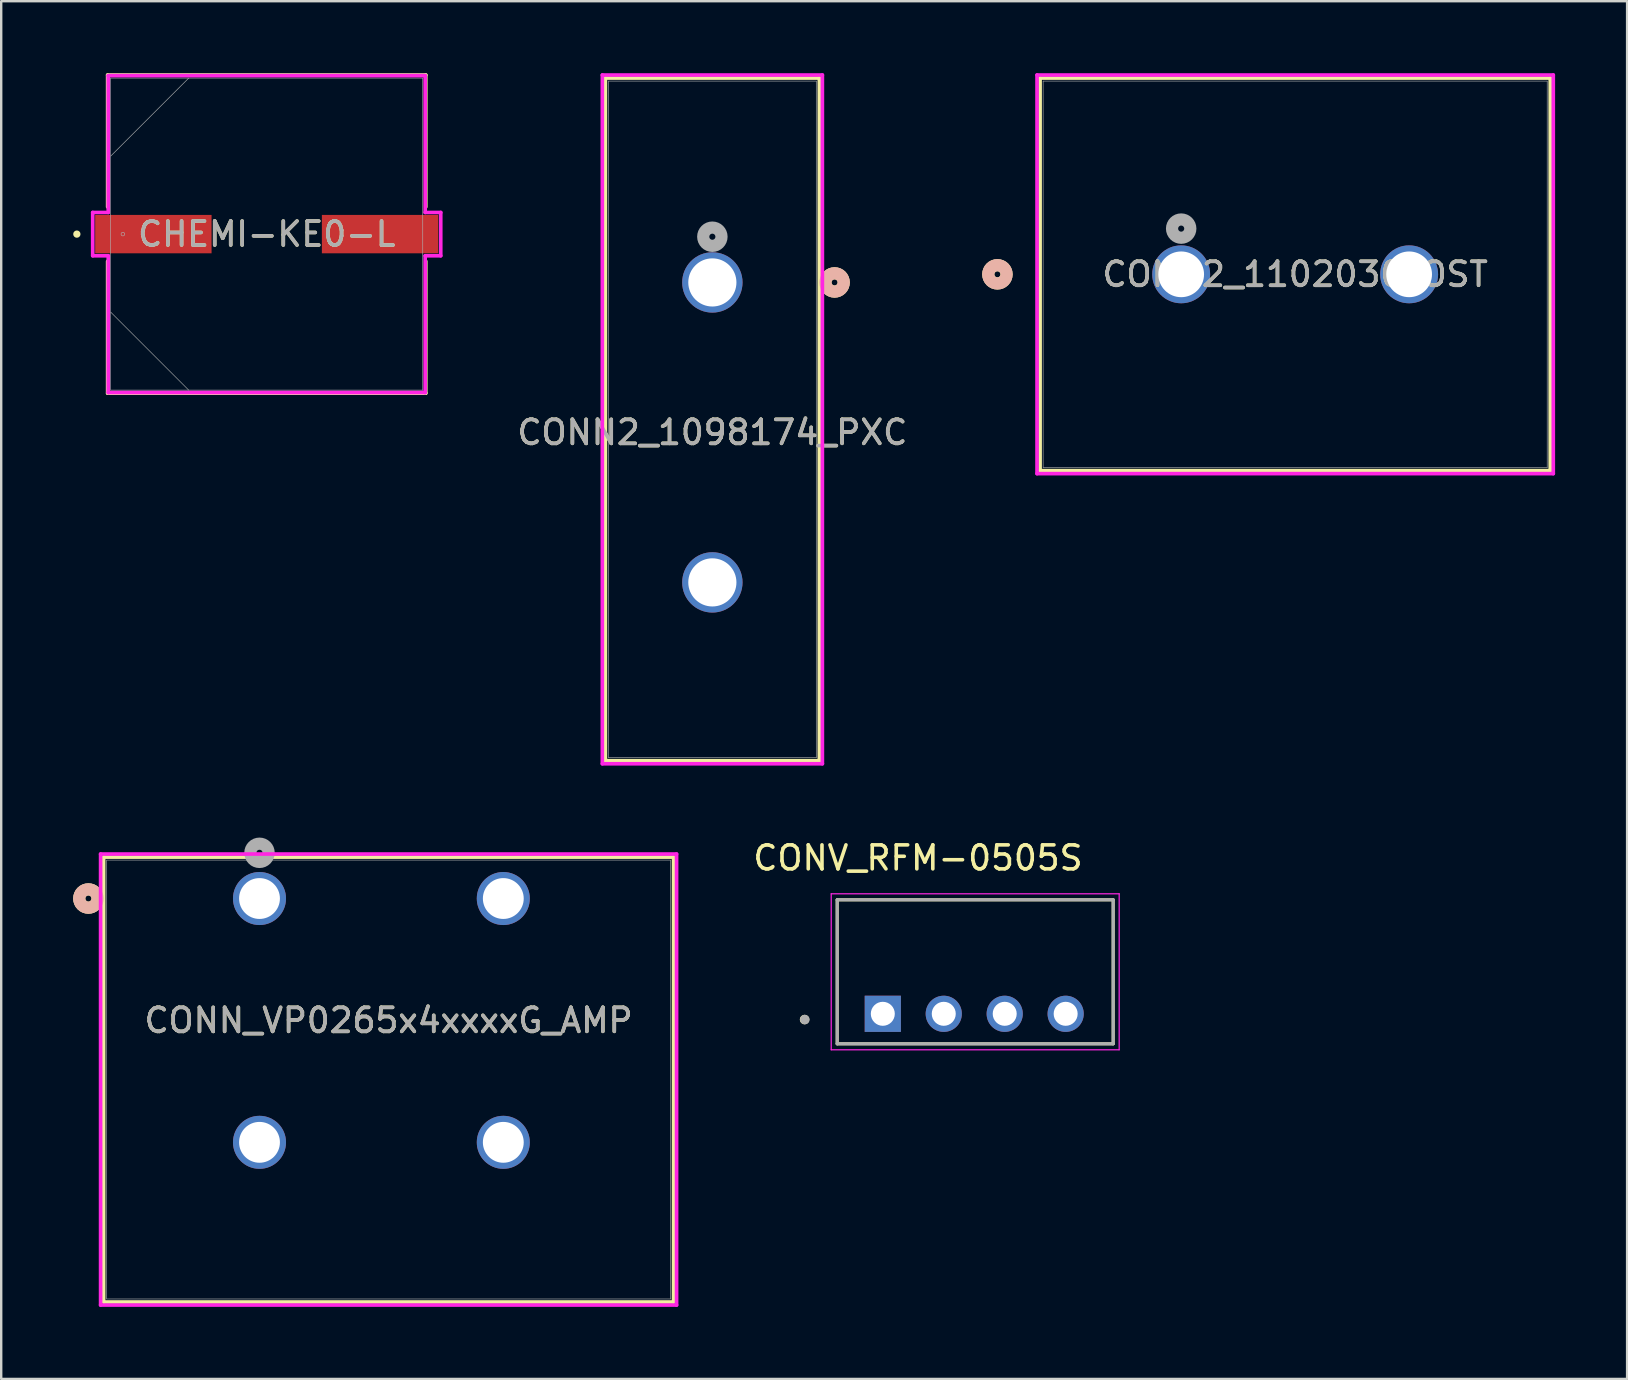
<source format=kicad_pcb>
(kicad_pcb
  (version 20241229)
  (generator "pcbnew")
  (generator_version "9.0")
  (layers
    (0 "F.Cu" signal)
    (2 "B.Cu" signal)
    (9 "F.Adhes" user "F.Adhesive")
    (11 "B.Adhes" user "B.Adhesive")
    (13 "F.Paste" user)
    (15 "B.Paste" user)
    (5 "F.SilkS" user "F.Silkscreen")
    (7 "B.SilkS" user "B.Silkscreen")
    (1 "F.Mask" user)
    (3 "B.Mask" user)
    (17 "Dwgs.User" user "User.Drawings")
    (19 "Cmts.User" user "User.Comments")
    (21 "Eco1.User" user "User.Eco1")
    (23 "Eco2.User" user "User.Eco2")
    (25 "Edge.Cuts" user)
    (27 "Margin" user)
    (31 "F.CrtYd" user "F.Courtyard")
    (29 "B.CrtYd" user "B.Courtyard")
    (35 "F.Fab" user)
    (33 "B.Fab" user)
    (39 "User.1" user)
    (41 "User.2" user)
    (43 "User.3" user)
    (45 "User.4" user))
  (footprint "CONN2_1098174_PXC"
    (layer "F.Cu")
    (at 26.636 8.72)
    (property "Reference" "CONN2_1098174_PXC" (at 0 6.25 0) (unlocked yes) (layer "F.SilkS") (effects (font (size 1 1) (thickness 0.15))))
    (attr through_hole)
    (fp_line (start -4.458 -8.517) (end -4.458 19.931) (stroke (width 0.152) (type solid)) (layer "F.SilkS"))
    (fp_line (start -4.458 19.931) (end 4.458 19.931) (stroke (width 0.152) (type solid)) (layer "F.SilkS"))
    (fp_line (start 4.458 -8.517) (end -4.458 -8.517) (stroke (width 0.152) (type solid)) (layer "F.SilkS"))
    (fp_line (start 4.458 19.931) (end 4.458 -8.517) (stroke (width 0.152) (type solid)) (layer "F.SilkS"))
    (fp_circle (center 5.093 0) (end 5.474 0) (stroke (width 0.508) (type solid)) (fill no) (layer "F.SilkS"))
    (fp_circle (center 5.093 0) (end 5.474 0) (stroke (width 0.508) (type solid)) (fill no) (layer "B.SilkS"))
    (fp_line (start -4.585 -8.644) (end -4.585 20.058) (stroke (width 0.152) (type solid)) (layer "F.CrtYd"))
    (fp_line (start -4.585 20.058) (end 4.585 20.058) (stroke (width 0.152) (type solid)) (layer "F.CrtYd"))
    (fp_line (start 4.585 -8.644) (end -4.585 -8.644) (stroke (width 0.152) (type solid)) (layer "F.CrtYd"))
    (fp_line (start 4.585 20.058) (end 4.585 -8.644) (stroke (width 0.152) (type solid)) (layer "F.CrtYd"))
    (fp_line (start -4.331 -8.39) (end -4.331 19.804) (stroke (width 0.025) (type solid)) (layer "F.Fab"))
    (fp_line (start -4.331 19.804) (end 4.331 19.804) (stroke (width 0.025) (type solid)) (layer "F.Fab"))
    (fp_line (start 4.331 -8.39) (end -4.331 -8.39) (stroke (width 0.025) (type solid)) (layer "F.Fab"))
    (fp_line (start 4.331 19.804) (end 4.331 -8.39) (stroke (width 0.025) (type solid)) (layer "F.Fab"))
    (fp_circle (center 0 -1.905) (end 0.381 -1.905) (stroke (width 0.508) (type solid)) (fill no) (layer "F.Fab"))
    (fp_text user "${REFERENCE}" (at 0 6.25 0) (unlocked yes) (layer "F.Fab") (effects (font (size 1 1) (thickness 0.15))))
    (pad "1" thru_hole circle (at 0 0) (size 2.515 2.515) (drill 2.007) (layers "*.Cu" "*.Mask"))
    (pad "2" thru_hole circle (at 0 12.5) (size 2.515 2.515) (drill 2.007) (layers "*.Cu" "*.Mask")))
  (footprint "CHEMI-KE0-L"
    (layer "F.Cu")
    (at 8.065 6.706)
    (property "Reference" "CHEMI-KE0-L" (at 0 0 0) (unlocked yes) (layer "F.SilkS") (effects (font (size 1 1) (thickness 0.15))))
    (attr smd)
    (fp_line (start -6.629 -6.629) (end -6.629 -1.133) (stroke (width 0.152) (type solid)) (layer "F.SilkS"))
    (fp_line (start -6.629 1.133) (end -6.629 6.629) (stroke (width 0.152) (type solid)) (layer "F.SilkS"))
    (fp_line (start -6.629 6.629) (end 6.629 6.629) (stroke (width 0.152) (type solid)) (layer "F.SilkS"))
    (fp_line (start 6.629 -6.629) (end -6.629 -6.629) (stroke (width 0.152) (type solid)) (layer "F.SilkS"))
    (fp_line (start 6.629 -1.133) (end 6.629 -6.629) (stroke (width 0.152) (type solid)) (layer "F.SilkS"))
    (fp_line (start 6.629 6.629) (end 6.629 1.133) (stroke (width 0.152) (type solid)) (layer "F.SilkS"))
    (fp_circle (center -7.912 0) (end -7.836 0) (stroke (width 0.152) (type solid)) (fill no) (layer "F.SilkS"))
    (fp_line (start -7.252 -0.902) (end -6.604 -0.902) (stroke (width 0.152) (type solid)) (layer "F.CrtYd"))
    (fp_line (start -7.252 0.902) (end -7.252 -0.902) (stroke (width 0.152) (type solid)) (layer "F.CrtYd"))
    (fp_line (start -6.604 -6.604) (end 6.604 -6.604) (stroke (width 0.152) (type solid)) (layer "F.CrtYd"))
    (fp_line (start -6.604 -0.902) (end -6.604 -6.604) (stroke (width 0.152) (type solid)) (layer "F.CrtYd"))
    (fp_line (start -6.604 0.902) (end -7.252 0.902) (stroke (width 0.152) (type solid)) (layer "F.CrtYd"))
    (fp_line (start -6.604 6.604) (end -6.604 0.902) (stroke (width 0.152) (type solid)) (layer "F.CrtYd"))
    (fp_line (start 6.604 -6.604) (end 6.604 -0.902) (stroke (width 0.152) (type solid)) (layer "F.CrtYd"))
    (fp_line (start 6.604 -0.902) (end 7.252 -0.902) (stroke (width 0.152) (type solid)) (layer "F.CrtYd"))
    (fp_line (start 6.604 0.902) (end 6.604 6.604) (stroke (width 0.152) (type solid)) (layer "F.CrtYd"))
    (fp_line (start 6.604 6.604) (end -6.604 6.604) (stroke (width 0.152) (type solid)) (layer "F.CrtYd"))
    (fp_line (start 7.252 -0.902) (end 7.252 0.902) (stroke (width 0.152) (type solid)) (layer "F.CrtYd"))
    (fp_line (start 7.252 0.902) (end 6.604 0.902) (stroke (width 0.152) (type solid)) (layer "F.CrtYd"))
    (fp_line (start -6.502 -6.502) (end -6.502 6.502) (stroke (width 0.025) (type solid)) (layer "F.Fab"))
    (fp_line (start -6.502 -3.251) (end -3.251 -6.502) (stroke (width 0.025) (type solid)) (layer "F.Fab"))
    (fp_line (start -6.502 3.251) (end -3.251 6.502) (stroke (width 0.025) (type solid)) (layer "F.Fab"))
    (fp_line (start -6.502 6.502) (end 6.502 6.502) (stroke (width 0.025) (type solid)) (layer "F.Fab"))
    (fp_line (start 6.502 -6.502) (end -6.502 -6.502) (stroke (width 0.025) (type solid)) (layer "F.Fab"))
    (fp_line (start 6.502 6.502) (end 6.502 -6.502) (stroke (width 0.025) (type solid)) (layer "F.Fab"))
    (fp_circle (center -5.994 0) (end -5.918 0) (stroke (width 0.025) (type solid)) (fill no) (layer "F.Fab"))
    (fp_text user "${REFERENCE}" (at 0 0 0) (unlocked yes) (layer "F.Fab") (effects (font (size 1 1) (thickness 0.15))))
    (pad "1" smd rect (at -4.724 0) (size 4.851 1.6) (layers "F.Cu" "F.Mask" "F.Paste"))
    (pad "2" smd rect (at 4.724 0) (size 4.851 1.6) (layers "F.Cu" "F.Mask" "F.Paste"))
    (zone (net_name "") (layer "F.Cu") (hatch full 0.508) (connect_pads) (min_thickness 0.254) (filled_areas_thickness no) (keepout (tracks not_allowed) (vias not_allowed) (pads allowed) (copperpour not_allowed) (footprints allowed)) (placement (enabled no)) (fill) (polygon (pts (xy 1.613 0.254) (xy 14.516 0.254) (xy 14.516 5.855) (xy 1.613 5.855))))
    (zone (net_name "") (layer "F.Cu") (hatch full 0.508) (connect_pads) (min_thickness 0.254) (filled_areas_thickness no) (keepout (tracks not_allowed) (vias not_allowed) (pads allowed) (copperpour not_allowed) (footprints allowed)) (placement (enabled no)) (fill) (polygon (pts (xy 1.613 7.556) (xy 14.516 7.556) (xy 14.516 13.157) (xy 1.613 13.157))))
    (zone (net_name "") (layer "F.Cu") (hatch full 0.508) (connect_pads) (min_thickness 0.254) (filled_areas_thickness no) (keepout (tracks not_allowed) (vias not_allowed) (pads allowed) (copperpour not_allowed) (footprints allowed)) (placement (enabled no)) (fill) (polygon (pts (xy 5.817 5.855) (xy 10.312 5.855) (xy 10.312 7.556) (xy 5.817 7.556)))))
  (footprint "CONN2_1102030_OST"
    (layer "F.Cu")
    (at 46.173 8.382)
    (property "Reference" "CONN2_1102030_OST" (at 4.75 0 0) (unlocked yes) (layer "F.SilkS") (effects (font (size 1 1) (thickness 0.15))))
    (attr through_hole)
    (fp_line (start -5.88 -8.179) (end -5.88 8.179) (stroke (width 0.152) (type solid)) (layer "F.SilkS"))
    (fp_line (start -5.88 8.179) (end 15.38 8.179) (stroke (width 0.152) (type solid)) (layer "F.SilkS"))
    (fp_line (start 15.38 -8.179) (end -5.88 -8.179) (stroke (width 0.152) (type solid)) (layer "F.SilkS"))
    (fp_line (start 15.38 8.179) (end 15.38 -8.179) (stroke (width 0.152) (type solid)) (layer "F.SilkS"))
    (fp_circle (center -7.658 0) (end -7.277 0) (stroke (width 0.508) (type solid)) (fill no) (layer "F.SilkS"))
    (fp_circle (center -7.658 0) (end -7.277 0) (stroke (width 0.508) (type solid)) (fill no) (layer "B.SilkS"))
    (fp_line (start -6.007 -8.306) (end -6.007 8.306) (stroke (width 0.152) (type solid)) (layer "F.CrtYd"))
    (fp_line (start -6.007 8.306) (end 15.507 8.306) (stroke (width 0.152) (type solid)) (layer "F.CrtYd"))
    (fp_line (start 15.507 -8.306) (end -6.007 -8.306) (stroke (width 0.152) (type solid)) (layer "F.CrtYd"))
    (fp_line (start 15.507 8.306) (end 15.507 -8.306) (stroke (width 0.152) (type solid)) (layer "F.CrtYd"))
    (fp_line (start -5.753 -8.052) (end -5.753 8.052) (stroke (width 0.025) (type solid)) (layer "F.Fab"))
    (fp_line (start -5.753 8.052) (end 15.253 8.052) (stroke (width 0.025) (type solid)) (layer "F.Fab"))
    (fp_line (start 15.253 -8.052) (end -5.753 -8.052) (stroke (width 0.025) (type solid)) (layer "F.Fab"))
    (fp_line (start 15.253 8.052) (end 15.253 -8.052) (stroke (width 0.025) (type solid)) (layer "F.Fab"))
    (fp_circle (center 0 -1.905) (end 0.381 -1.905) (stroke (width 0.508) (type solid)) (fill no) (layer "F.Fab"))
    (fp_text user "${REFERENCE}" (at 4.75 0 0) (unlocked yes) (layer "F.Fab") (effects (font (size 1 1) (thickness 0.15))))
    (pad "1" thru_hole circle (at 0 0) (size 2.413 2.413) (drill 1.905) (layers "*.Cu" "*.Mask"))
    (pad "2" thru_hole circle (at 9.5 0) (size 2.413 2.413) (drill 1.905) (layers "*.Cu" "*.Mask")))
  (footprint "CONN_VP0265x4xxxxG_AMP"
    (layer "F.Cu")
    (at 7.764 34.394)
    (property "Reference" "CONN_VP0265x4xxxxG_AMP" (at 5.38 5.08 0) (unlocked yes) (layer "F.SilkS") (effects (font (size 1 1) (thickness 0.15))))
    (attr through_hole)
    (fp_line (start -6.495 -1.727) (end -6.495 16.815) (stroke (width 0.152) (type solid)) (layer "F.SilkS"))
    (fp_line (start -6.495 16.815) (end 17.255 16.815) (stroke (width 0.152) (type solid)) (layer "F.SilkS"))
    (fp_line (start 17.255 -1.727) (end -6.495 -1.727) (stroke (width 0.152) (type solid)) (layer "F.SilkS"))
    (fp_line (start 17.255 16.815) (end 17.255 -1.727) (stroke (width 0.152) (type solid)) (layer "F.SilkS"))
    (fp_circle (center -7.13 0) (end -6.748 0) (stroke (width 0.508) (type solid)) (fill no) (layer "F.SilkS"))
    (fp_circle (center -7.13 0) (end -6.748 0) (stroke (width 0.508) (type solid)) (fill no) (layer "B.SilkS"))
    (fp_line (start -6.622 -1.854) (end -6.622 16.942) (stroke (width 0.152) (type solid)) (layer "F.CrtYd"))
    (fp_line (start -6.622 16.942) (end 17.381 16.942) (stroke (width 0.152) (type solid)) (layer "F.CrtYd"))
    (fp_line (start 17.381 -1.854) (end -6.622 -1.854) (stroke (width 0.152) (type solid)) (layer "F.CrtYd"))
    (fp_line (start 17.381 16.942) (end 17.381 -1.854) (stroke (width 0.152) (type solid)) (layer "F.CrtYd"))
    (fp_line (start -6.367 -1.6) (end -6.367 16.688) (stroke (width 0.025) (type solid)) (layer "F.Fab"))
    (fp_line (start -6.367 16.688) (end 17.128 16.688) (stroke (width 0.025) (type solid)) (layer "F.Fab"))
    (fp_line (start 17.128 -1.6) (end -6.367 -1.6) (stroke (width 0.025) (type solid)) (layer "F.Fab"))
    (fp_line (start 17.128 16.688) (end 17.128 -1.6) (stroke (width 0.025) (type solid)) (layer "F.Fab"))
    (fp_circle (center 0 -1.905) (end 0.381 -1.905) (stroke (width 0.508) (type solid)) (fill no) (layer "F.Fab"))
    (fp_text user "${REFERENCE}" (at 5.38 5.08 0) (unlocked yes) (layer "F.Fab") (effects (font (size 1 1) (thickness 0.15))))
    (pad "1" thru_hole circle (at 0 0) (size 2.21 2.21) (drill 1.702) (layers "*.Cu" "*.Mask"))
    (pad "2" thru_hole circle (at 0 10.16) (size 2.21 2.21) (drill 1.702) (layers "*.Cu" "*.Mask"))
    (pad "3" thru_hole circle (at 10.16 0) (size 2.21 2.21) (drill 1.702) (layers "*.Cu" "*.Mask"))
    (pad "4" thru_hole circle (at 10.16 10.16) (size 2.21 2.21) (drill 1.702) (layers "*.Cu" "*.Mask")))
  (footprint "CONV_RFM-0505S"
    (layer "F.Cu")
    (at 37.589 37.448)
    (property "Reference" "CONV_RFM-0505S" (at -2.385 -4.745 0) (layer "F.SilkS") (effects (font (size 1 1) (thickness 0.15))))
    (attr through_hole)
    (fp_line (start -5.75 -3) (end -5.75 3) (stroke (width 0.127) (type solid)) (layer "F.SilkS"))
    (fp_line (start -5.75 3) (end 5.75 3) (stroke (width 0.127) (type solid)) (layer "F.SilkS"))
    (fp_line (start 5.75 -3) (end -5.75 -3) (stroke (width 0.127) (type solid)) (layer "F.SilkS"))
    (fp_line (start 5.75 3) (end 5.75 -3) (stroke (width 0.127) (type solid)) (layer "F.SilkS"))
    (fp_circle (center -7.11 1.99) (end -7.01 1.99) (stroke (width 0.2) (type solid)) (fill no) (layer "F.SilkS"))
    (fp_line (start -6 -3.25) (end -6 3.25) (stroke (width 0.05) (type solid)) (layer "F.CrtYd"))
    (fp_line (start -6 3.25) (end 6 3.25) (stroke (width 0.05) (type solid)) (layer "F.CrtYd"))
    (fp_line (start 6 -3.25) (end -6 -3.25) (stroke (width 0.05) (type solid)) (layer "F.CrtYd"))
    (fp_line (start 6 3.25) (end 6 -3.25) (stroke (width 0.05) (type solid)) (layer "F.CrtYd"))
    (fp_line (start -5.75 -3) (end -5.75 3) (stroke (width 0.127) (type solid)) (layer "F.Fab"))
    (fp_line (start -5.75 3) (end 5.75 3) (stroke (width 0.127) (type solid)) (layer "F.Fab"))
    (fp_line (start 5.75 -3) (end -5.75 -3) (stroke (width 0.127) (type solid)) (layer "F.Fab"))
    (fp_line (start 5.75 3) (end 5.75 -3) (stroke (width 0.127) (type solid)) (layer "F.Fab"))
    (fp_circle (center -7.1 1.99) (end -7 1.99) (stroke (width 0.2) (type solid)) (fill no) (layer "F.Fab"))
    (pad "1" thru_hole rect (at -3.85 1.75) (size 1.508 1.508) (drill 1) (layers "*.Cu" "*.Mask"))
    (pad "2" thru_hole circle (at -1.31 1.75) (size 1.508 1.508) (drill 1) (layers "*.Cu" "*.Mask"))
    (pad "3" thru_hole circle (at 1.23 1.75) (size 1.508 1.508) (drill 1) (layers "*.Cu" "*.Mask"))
    (pad "4" thru_hole circle (at 3.77 1.75) (size 1.508 1.508) (drill 1) (layers "*.Cu" "*.Mask")))
  (gr_rect
    (start -3 -3)
    (end 64.756 54.413)
    (stroke (width 0.1) (type default))
    (fill no)
    (layer "Edge.Cuts")))
</source>
